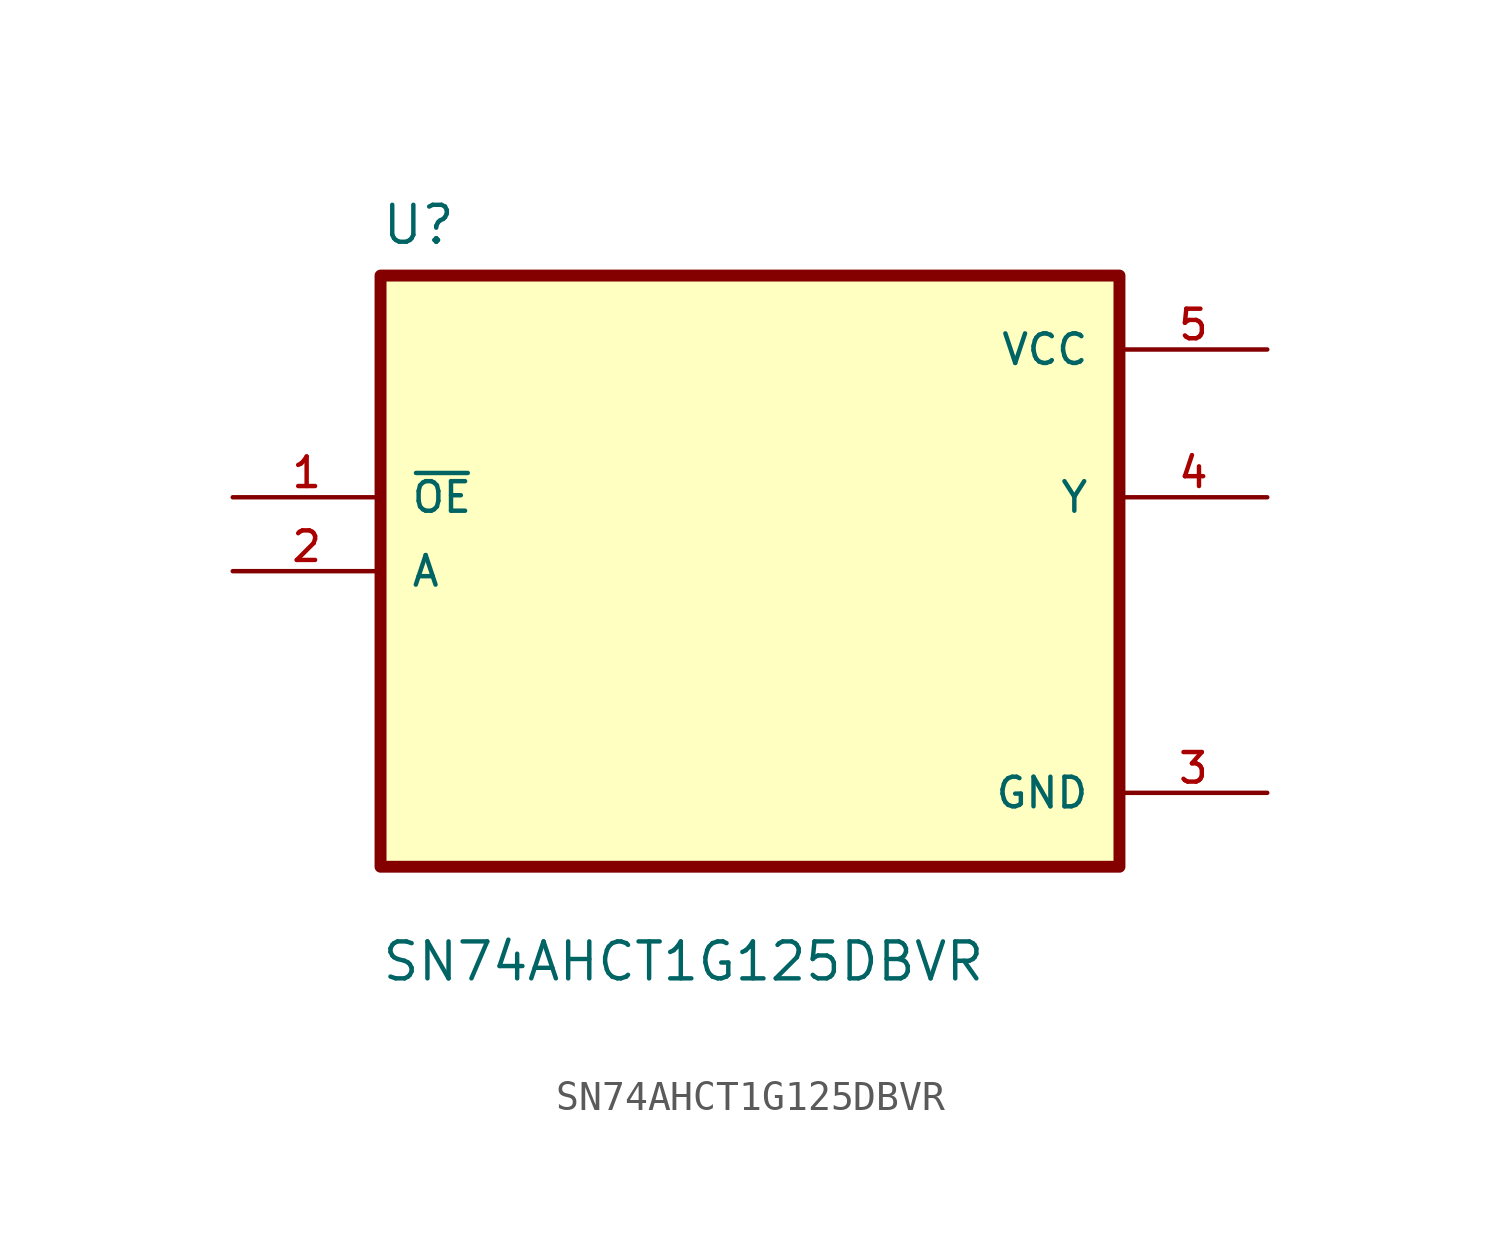
<source format=kicad_sym>
(kicad_symbol_lib
  (version 20211014)
  (generator kicad_symbol_editor)
  (symbol "SN74AHCT1G125DBVR"
    (pin_names
      (offset 1.016))
    (property "Reference" "U"
      (at -12.7 11.16 0.0)
      (effects (font (size 1.27 1.27)) (justify bottom left)))
    (property "Value" "SN74AHCT1G125DBVR"
      (at -12.7 -14.16 0.0)
      (effects (font (size 1.27 1.27)) (justify bottom left)))
    (symbol "SN74AHCT1G125DBVR_0_0"
      (rectangle (start -12.7 -10.16) (end 12.7 10.16) (stroke (width 0.41)) (fill (type background)))
      (pin input line (at -17.78 2.54 0) (length 5.08) (name "~{OE}" (effects (font (size 1.016 1.016)))) (number "1" (effects (font (size 1.016 1.016)))))
      (pin input line (at -17.78 0.0 0) (length 5.08) (name "A" (effects (font (size 1.016 1.016)))) (number "2" (effects (font (size 1.016 1.016)))))
      (pin power_in line (at 17.78 7.62 180.0) (length 5.08) (name "VCC" (effects (font (size 1.016 1.016)))) (number "5" (effects (font (size 1.016 1.016)))))
      (pin output line (at 17.78 2.54 180.0) (length 5.08) (name "Y" (effects (font (size 1.016 1.016)))) (number "4" (effects (font (size 1.016 1.016)))))
      (pin power_in line (at 17.78 -7.62 180.0) (length 5.08) (name "GND" (effects (font (size 1.016 1.016)))) (number "3" (effects (font (size 1.016 1.016))))))))
</source>
